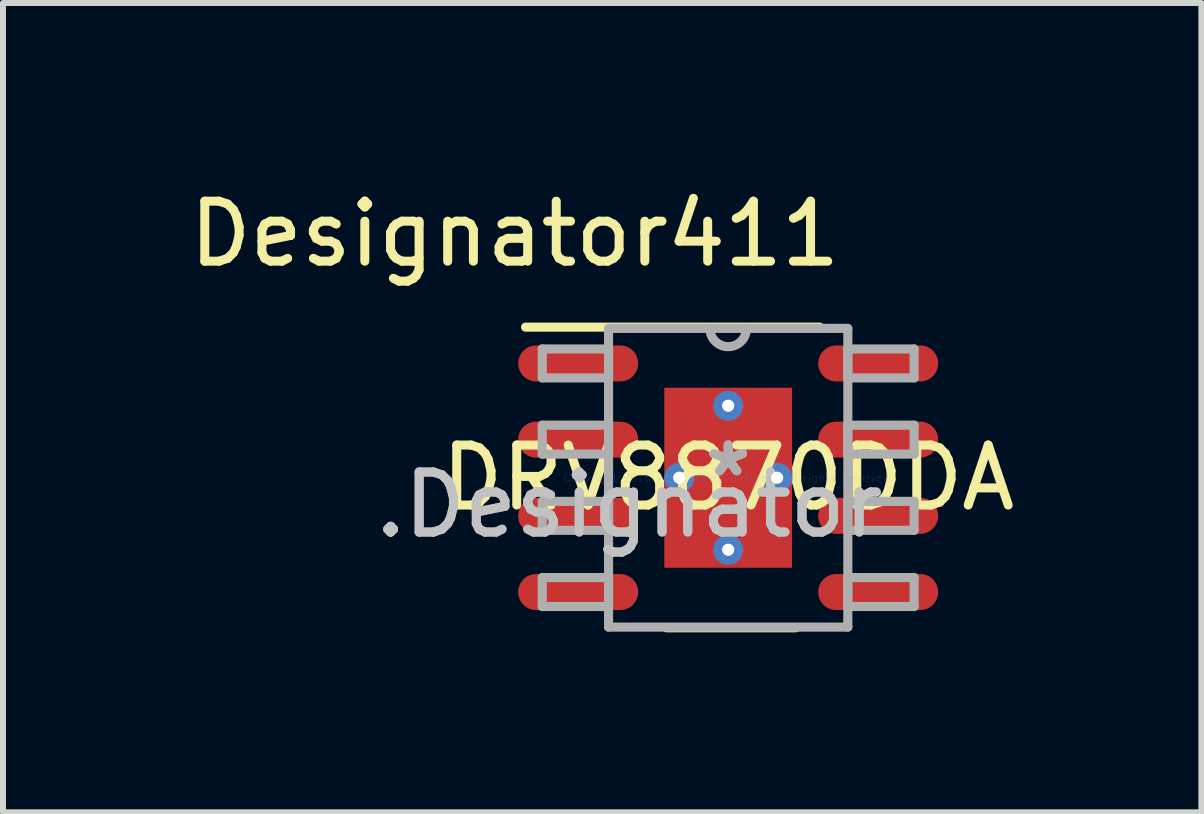
<source format=kicad_pcb>
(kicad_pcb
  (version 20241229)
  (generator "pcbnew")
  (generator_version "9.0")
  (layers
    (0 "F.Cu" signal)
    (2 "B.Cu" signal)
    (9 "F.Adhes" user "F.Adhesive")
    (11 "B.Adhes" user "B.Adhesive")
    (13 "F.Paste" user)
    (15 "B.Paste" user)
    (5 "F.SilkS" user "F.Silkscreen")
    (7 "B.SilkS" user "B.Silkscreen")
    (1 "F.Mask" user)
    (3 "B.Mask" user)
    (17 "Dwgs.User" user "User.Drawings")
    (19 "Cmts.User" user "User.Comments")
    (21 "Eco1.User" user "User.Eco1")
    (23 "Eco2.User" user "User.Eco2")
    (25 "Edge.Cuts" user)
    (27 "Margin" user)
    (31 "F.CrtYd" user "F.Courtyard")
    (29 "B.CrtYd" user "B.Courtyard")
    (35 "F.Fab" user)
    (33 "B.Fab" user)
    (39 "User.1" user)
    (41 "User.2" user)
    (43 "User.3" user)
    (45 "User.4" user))
  (footprint "DRV8870DDA"
    (layer "F.Cu")
    (at 9.086 4.912)
    (property "Reference" "DRV8870DDA" (at 0 0 0) (layer "F.SilkS") (effects (font (size 1 1) (thickness 0.15))))
    (attr through_hole)
    (fp_line (start -3.377 -2.51) (end 1.525 -2.51) (stroke (width 0.152) (type solid)) (layer "F.SilkS"))
    (fp_line (start -1.025 2.5) (end 1.125 2.5) (stroke (width 0.152) (type solid)) (layer "F.SilkS"))
    (fp_line (start -1.039 -1.41) (end -1.039 -0.1) (stroke (width 0.152) (type solid)) (layer "F.Paste"))
    (fp_line (start -1.039 -0.1) (end -0.1 -0.1) (stroke (width 0.152) (type solid)) (layer "F.Paste"))
    (fp_line (start -1.039 0.1) (end -1.039 1.41) (stroke (width 0.152) (type solid)) (layer "F.Paste"))
    (fp_line (start -1.039 1.41) (end -0.1 1.41) (stroke (width 0.152) (type solid)) (layer "F.Paste"))
    (fp_line (start -0.1 -1.41) (end -1.039 -1.41) (stroke (width 0.152) (type solid)) (layer "F.Paste"))
    (fp_line (start -0.1 -0.1) (end -0.1 -1.41) (stroke (width 0.152) (type solid)) (layer "F.Paste"))
    (fp_line (start -0.1 0.1) (end -1.039 0.1) (stroke (width 0.152) (type solid)) (layer "F.Paste"))
    (fp_line (start -0.1 1.41) (end -0.1 0.1) (stroke (width 0.152) (type solid)) (layer "F.Paste"))
    (fp_line (start 0.1 -1.41) (end 0.1 -0.1) (stroke (width 0.152) (type solid)) (layer "F.Paste"))
    (fp_line (start 0.1 -0.1) (end 1.039 -0.1) (stroke (width 0.152) (type solid)) (layer "F.Paste"))
    (fp_line (start 0.1 0.1) (end 0.1 1.41) (stroke (width 0.152) (type solid)) (layer "F.Paste"))
    (fp_line (start 0.1 1.41) (end 1.039 1.41) (stroke (width 0.152) (type solid)) (layer "F.Paste"))
    (fp_line (start 1.039 -1.41) (end 0.1 -1.41) (stroke (width 0.152) (type solid)) (layer "F.Paste"))
    (fp_line (start 1.039 -0.1) (end 1.039 -1.41) (stroke (width 0.152) (type solid)) (layer "F.Paste"))
    (fp_line (start 1.039 0.1) (end 0.1 0.1) (stroke (width 0.152) (type solid)) (layer "F.Paste"))
    (fp_line (start 1.039 1.41) (end 1.039 0.1) (stroke (width 0.152) (type solid)) (layer "F.Paste"))
    (fp_line (start -3.099 -2.146) (end -1.994 -2.146) (stroke (width 0.152) (type solid)) (layer "F.Fab"))
    (fp_line (start -3.099 -1.664) (end -3.099 -2.146) (stroke (width 0.152) (type solid)) (layer "F.Fab"))
    (fp_line (start -3.099 -1.664) (end -1.994 -1.664) (stroke (width 0.152) (type solid)) (layer "F.Fab"))
    (fp_line (start -3.099 -0.876) (end -1.994 -0.876) (stroke (width 0.152) (type solid)) (layer "F.Fab"))
    (fp_line (start -3.099 -0.394) (end -3.099 -0.876) (stroke (width 0.152) (type solid)) (layer "F.Fab"))
    (fp_line (start -3.099 -0.394) (end -1.994 -0.394) (stroke (width 0.152) (type solid)) (layer "F.Fab"))
    (fp_line (start -3.099 0.394) (end -1.994 0.394) (stroke (width 0.152) (type solid)) (layer "F.Fab"))
    (fp_line (start -3.099 0.876) (end -3.099 0.394) (stroke (width 0.152) (type solid)) (layer "F.Fab"))
    (fp_line (start -3.099 0.876) (end -1.994 0.876) (stroke (width 0.152) (type solid)) (layer "F.Fab"))
    (fp_line (start -3.099 1.664) (end -1.994 1.664) (stroke (width 0.152) (type solid)) (layer "F.Fab"))
    (fp_line (start -3.099 2.146) (end -3.099 1.664) (stroke (width 0.152) (type solid)) (layer "F.Fab"))
    (fp_line (start -3.099 2.146) (end -1.994 2.146) (stroke (width 0.152) (type solid)) (layer "F.Fab"))
    (fp_line (start -1.994 -2.489) (end 1.994 -2.489) (stroke (width 0.152) (type solid)) (layer "F.Fab"))
    (fp_line (start -1.994 -1.664) (end -1.994 -2.146) (stroke (width 0.152) (type solid)) (layer "F.Fab"))
    (fp_line (start -1.994 -0.394) (end -1.994 -0.876) (stroke (width 0.152) (type solid)) (layer "F.Fab"))
    (fp_line (start -1.994 0.876) (end -1.994 0.394) (stroke (width 0.152) (type solid)) (layer "F.Fab"))
    (fp_line (start -1.994 2.146) (end -1.994 1.664) (stroke (width 0.152) (type solid)) (layer "F.Fab"))
    (fp_line (start -1.994 2.489) (end -1.994 -2.489) (stroke (width 0.152) (type solid)) (layer "F.Fab"))
    (fp_line (start -1.994 2.489) (end 1.994 2.489) (stroke (width 0.152) (type solid)) (layer "F.Fab"))
    (fp_line (start 1.994 -2.146) (end 3.099 -2.146) (stroke (width 0.152) (type solid)) (layer "F.Fab"))
    (fp_line (start 1.994 -1.664) (end 1.994 -2.146) (stroke (width 0.152) (type solid)) (layer "F.Fab"))
    (fp_line (start 1.994 -1.664) (end 3.099 -1.664) (stroke (width 0.152) (type solid)) (layer "F.Fab"))
    (fp_line (start 1.994 -0.876) (end 3.099 -0.876) (stroke (width 0.152) (type solid)) (layer "F.Fab"))
    (fp_line (start 1.994 -0.394) (end 1.994 -0.876) (stroke (width 0.152) (type solid)) (layer "F.Fab"))
    (fp_line (start 1.994 -0.394) (end 3.099 -0.394) (stroke (width 0.152) (type solid)) (layer "F.Fab"))
    (fp_line (start 1.994 0.394) (end 3.099 0.394) (stroke (width 0.152) (type solid)) (layer "F.Fab"))
    (fp_line (start 1.994 0.876) (end 1.994 0.394) (stroke (width 0.152) (type solid)) (layer "F.Fab"))
    (fp_line (start 1.994 0.876) (end 3.099 0.876) (stroke (width 0.152) (type solid)) (layer "F.Fab"))
    (fp_line (start 1.994 1.664) (end 3.099 1.664) (stroke (width 0.152) (type solid)) (layer "F.Fab"))
    (fp_line (start 1.994 2.146) (end 1.994 1.664) (stroke (width 0.152) (type solid)) (layer "F.Fab"))
    (fp_line (start 1.994 2.146) (end 3.099 2.146) (stroke (width 0.152) (type solid)) (layer "F.Fab"))
    (fp_line (start 1.994 2.489) (end 1.994 -2.489) (stroke (width 0.152) (type solid)) (layer "F.Fab"))
    (fp_line (start 3.099 -1.664) (end 3.099 -2.146) (stroke (width 0.152) (type solid)) (layer "F.Fab"))
    (fp_line (start 3.099 -0.394) (end 3.099 -0.876) (stroke (width 0.152) (type solid)) (layer "F.Fab"))
    (fp_line (start 3.099 0.876) (end 3.099 0.394) (stroke (width 0.152) (type solid)) (layer "F.Fab"))
    (fp_line (start 3.099 2.146) (end 3.099 1.664) (stroke (width 0.152) (type solid)) (layer "F.Fab"))
    (fp_arc (start 0.3048 -2.4892) (mid 0 -2.1844) (end -0.3048 -2.4892) (stroke (width 0.1524) (type solid)) (layer "F.Fab"))
    (fp_text user "Designator411" (at -3.556 -4.064 0) (layer "F.SilkS") (effects (font (size 1 1) (thickness 0.15))))
    (fp_text user "*" (at 0 0 0) (layer "F.SilkS") (effects (font (size 1 1) (thickness 0.15))))
    (fp_text user ".Designator" (at -1.65 0.45 0) (layer "Dwgs.User") (effects (font (size 1 1) (thickness 0.15))))
    (fp_text user "Copyright 2016 Accelerated Designs. All rights reserved." (at 0 0 0) (layer "Cmts.User") (effects (font (size 0.127 0.127) (thickness 0.002))))
    (fp_text user "*" (at 0 0 0) (layer "F.Fab") (effects (font (size 1 1) (thickness 0.15))))
    (fp_text user ".Designator" (at -1.65 0.45 0) (layer "F.Fab") (effects (font (size 1 1) (thickness 0.15))))
    (pad "1" smd oval (at -2.5 -1.905 90) (size 0.6 2) (layers "F.Cu" "F.Mask" "F.Paste"))
    (pad "2" smd oval (at -2.5 -0.635 90) (size 0.6 2) (layers "F.Cu" "F.Mask" "F.Paste"))
    (pad "3" smd oval (at -2.5 0.635 90) (size 0.6 2) (layers "F.Cu" "F.Mask" "F.Paste"))
    (pad "4" smd oval (at -2.5 1.905 90) (size 0.6 2) (layers "F.Cu" "F.Mask" "F.Paste"))
    (pad "5" smd oval (at 2.5 1.905 90) (size 0.6 2) (layers "F.Cu" "F.Mask" "F.Paste"))
    (pad "6" smd oval (at 2.5 0.635 90) (size 0.6 2) (layers "F.Cu" "F.Mask" "F.Paste"))
    (pad "7" smd oval (at 2.5 -0.635 90) (size 0.6 2) (layers "F.Cu" "F.Mask" "F.Paste"))
    (pad "8" smd oval (at 2.5 -1.905 90) (size 0.6 2) (layers "F.Cu" "F.Mask" "F.Paste"))
    (pad "9" smd rect (at 0 0) (size 2.13 3) (layers "F.Cu" "F.Mask" "F.Paste"))
    (pad "V" thru_hole circle (at -0.815 0) (size 0.5 0.5) (drill 0.203) (layers "*.Cu" "*.Mask"))
    (pad "V" thru_hole circle (at 0 -1.2) (size 0.5 0.5) (drill 0.203) (layers "*.Cu" "*.Mask"))
    (pad "V" thru_hole circle (at 0 1.2) (size 0.5 0.5) (drill 0.203) (layers "*.Cu" "*.Mask"))
    (pad "V" thru_hole circle (at 0.815 0) (size 0.5 0.5) (drill 0.203) (layers "*.Cu" "*.Mask")))
  (gr_rect
    (start -3 -3)
    (end 16.973 10.488)
    (stroke (width 0.1) (type default))
    (fill no)
    (layer "Edge.Cuts")))
</source>
